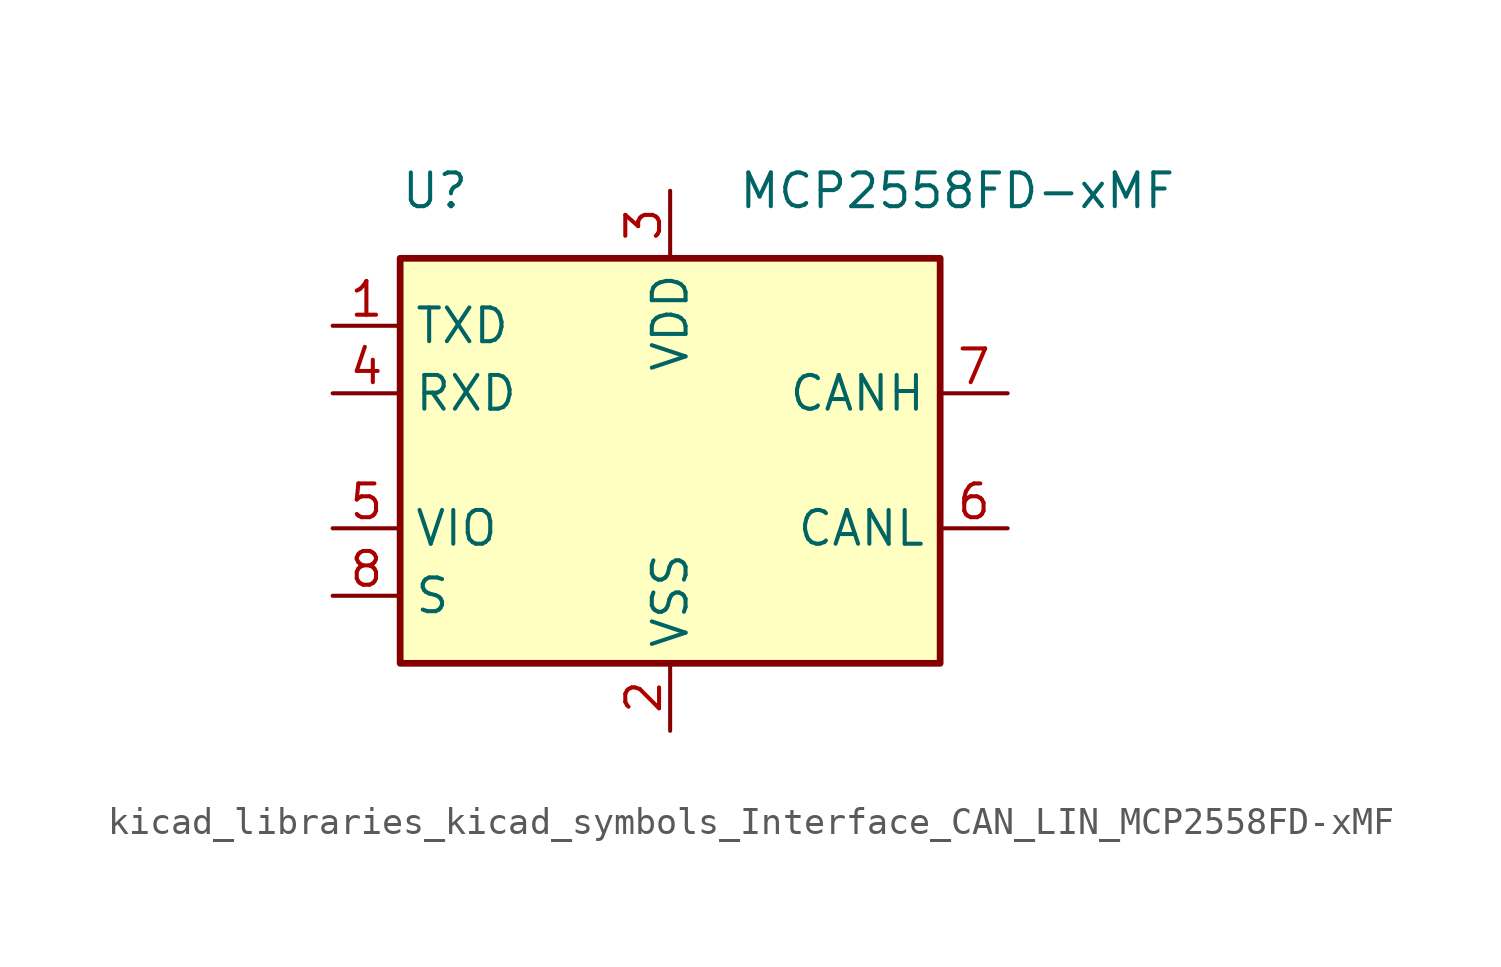
<source format=kicad_sym>
(kicad_symbol_lib
  (version 20220914)
  (generator kicad_symbol_editor)
  (symbol "kicad_libraries_kicad_symbols_Interface_CAN_LIN_MCP2558FD-xMF"
    (property "Reference" "U"
      (at -10.16 10.16 0)
      (effects (font (size 1.27 1.27)) (justify left)))
    (property "Value" "MCP2558FD-xMF"
      (at 2.54 10.16 0)
      (effects (font (size 1.27 1.27)) (justify left)))
    (symbol "kicad_libraries_kicad_symbols_Interface_CAN_LIN_MCP2558FD-xMF_0_1"
      (rectangle (start -10.16 7.62) (end 10.16 -7.62) (stroke (width 0.254) (type default)) (fill (type background))))
    (symbol "kicad_libraries_kicad_symbols_Interface_CAN_LIN_MCP2558FD-xMF_1_1"
      (pin input line (at -12.7 5.08 0) (length 2.54) (name "TXD" (effects (font (size 1.27 1.27)))) (number "1" (effects (font (size 1.27 1.27)))))
      (pin power_in line (at 0 -10.16 90) (length 2.54) (name "VSS" (effects (font (size 1.27 1.27)))) (number "2" (effects (font (size 1.27 1.27)))))
      (pin power_in line (at 0 10.16 270) (length 2.54) (name "VDD" (effects (font (size 1.27 1.27)))) (number "3" (effects (font (size 1.27 1.27)))))
      (pin output line (at -12.7 2.54 0) (length 2.54) (name "RXD" (effects (font (size 1.27 1.27)))) (number "4" (effects (font (size 1.27 1.27)))))
      (pin power_in line (at -12.7 -2.54 0) (length 2.54) (name "VIO" (effects (font (size 1.27 1.27)))) (number "5" (effects (font (size 1.27 1.27)))))
      (pin bidirectional line (at 12.7 -2.54 180) (length 2.54) (name "CANL" (effects (font (size 1.27 1.27)))) (number "6" (effects (font (size 1.27 1.27)))))
      (pin bidirectional line (at 12.7 2.54 180) (length 2.54) (name "CANH" (effects (font (size 1.27 1.27)))) (number "7" (effects (font (size 1.27 1.27)))))
      (pin input line (at -12.7 -5.08 0) (length 2.54) (name "S" (effects (font (size 1.27 1.27)))) (number "8" (effects (font (size 1.27 1.27)))))
      (pin passive line (at 0 -10.16 90) (length 2.54) hide (name "VSS" (effects (font (size 1.27 1.27)))) (number "9" (effects (font (size 1.27 1.27))))))))
</source>
